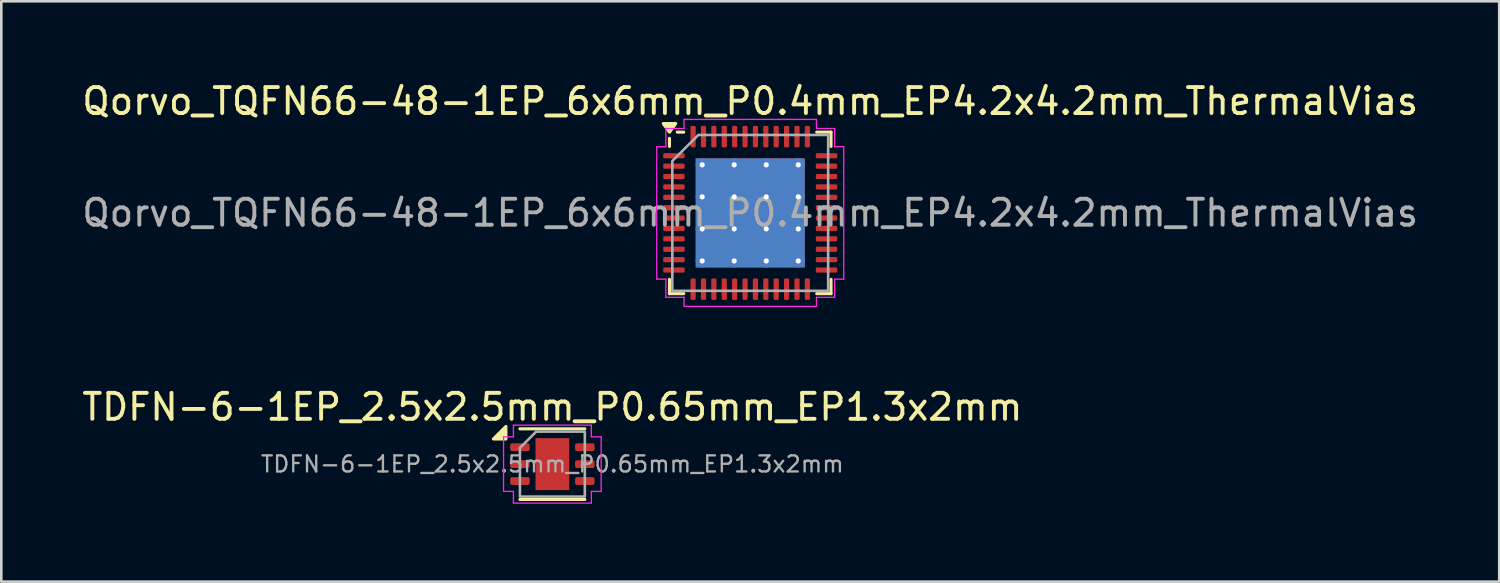
<source format=kicad_pcb>
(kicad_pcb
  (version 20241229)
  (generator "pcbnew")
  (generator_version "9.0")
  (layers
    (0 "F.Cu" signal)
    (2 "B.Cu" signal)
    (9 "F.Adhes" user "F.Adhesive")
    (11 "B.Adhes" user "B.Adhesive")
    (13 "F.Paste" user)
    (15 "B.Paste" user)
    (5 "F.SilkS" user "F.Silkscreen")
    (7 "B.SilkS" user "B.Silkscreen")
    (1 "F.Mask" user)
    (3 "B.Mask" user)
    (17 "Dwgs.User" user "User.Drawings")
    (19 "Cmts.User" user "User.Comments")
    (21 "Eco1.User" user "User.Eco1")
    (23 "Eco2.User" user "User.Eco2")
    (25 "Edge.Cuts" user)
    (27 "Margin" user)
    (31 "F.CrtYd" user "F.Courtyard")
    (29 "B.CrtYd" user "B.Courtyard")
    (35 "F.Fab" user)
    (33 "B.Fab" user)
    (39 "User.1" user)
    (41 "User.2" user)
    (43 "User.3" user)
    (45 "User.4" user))
  (footprint "Qorvo_TQFN66-48-1EP_6x6mm_P0.4mm_EP4.2x4.2mm_ThermalVias"
    (layer "F.Cu")
    (at 25.839 5.148)
    (property "Reference" "Qorvo_TQFN66-48-1EP_6x6mm_P0.4mm_EP4.2x4.2mm_ThermalVias" (at 0 -4.3 0) (layer "F.SilkS") (effects (font (size 1 1) (thickness 0.15))))
    (attr smd)
    (fp_line (start -3.11 -2.56) (end -3.11 -2.87) (stroke (width 0.12) (type solid)) (layer "F.SilkS"))
    (fp_line (start -3.11 3.11) (end -3.11 2.56) (stroke (width 0.12) (type solid)) (layer "F.SilkS"))
    (fp_line (start -2.56 -3.11) (end -2.81 -3.11) (stroke (width 0.12) (type solid)) (layer "F.SilkS"))
    (fp_line (start -2.56 3.11) (end -3.11 3.11) (stroke (width 0.12) (type solid)) (layer "F.SilkS"))
    (fp_line (start 2.56 -3.11) (end 3.11 -3.11) (stroke (width 0.12) (type solid)) (layer "F.SilkS"))
    (fp_line (start 2.56 3.11) (end 3.11 3.11) (stroke (width 0.12) (type solid)) (layer "F.SilkS"))
    (fp_line (start 3.11 -3.11) (end 3.11 -2.56) (stroke (width 0.12) (type solid)) (layer "F.SilkS"))
    (fp_line (start 3.11 3.11) (end 3.11 2.56) (stroke (width 0.12) (type solid)) (layer "F.SilkS"))
    (fp_poly (pts (xy -3.11 -3.11) (xy -3.35 -3.44) (xy -2.87 -3.44)) (stroke (width 0.12) (type solid)) (fill yes) (layer "F.SilkS"))
    (fp_line (start -3.6 -2.55) (end -3.25 -2.55) (stroke (width 0.05) (type solid)) (layer "F.CrtYd"))
    (fp_line (start -3.6 2.55) (end -3.6 -2.55) (stroke (width 0.05) (type solid)) (layer "F.CrtYd"))
    (fp_line (start -3.25 -3.25) (end -2.55 -3.25) (stroke (width 0.05) (type solid)) (layer "F.CrtYd"))
    (fp_line (start -3.25 -2.55) (end -3.25 -3.25) (stroke (width 0.05) (type solid)) (layer "F.CrtYd"))
    (fp_line (start -3.25 2.55) (end -3.6 2.55) (stroke (width 0.05) (type solid)) (layer "F.CrtYd"))
    (fp_line (start -3.25 3.25) (end -3.25 2.55) (stroke (width 0.05) (type solid)) (layer "F.CrtYd"))
    (fp_line (start -2.55 -3.6) (end 2.55 -3.6) (stroke (width 0.05) (type solid)) (layer "F.CrtYd"))
    (fp_line (start -2.55 -3.25) (end -2.55 -3.6) (stroke (width 0.05) (type solid)) (layer "F.CrtYd"))
    (fp_line (start -2.55 3.25) (end -3.25 3.25) (stroke (width 0.05) (type solid)) (layer "F.CrtYd"))
    (fp_line (start -2.55 3.6) (end -2.55 3.25) (stroke (width 0.05) (type solid)) (layer "F.CrtYd"))
    (fp_line (start 2.55 -3.6) (end 2.55 -3.25) (stroke (width 0.05) (type solid)) (layer "F.CrtYd"))
    (fp_line (start 2.55 -3.25) (end 3.25 -3.25) (stroke (width 0.05) (type solid)) (layer "F.CrtYd"))
    (fp_line (start 2.55 3.25) (end 2.55 3.6) (stroke (width 0.05) (type solid)) (layer "F.CrtYd"))
    (fp_line (start 2.55 3.6) (end -2.55 3.6) (stroke (width 0.05) (type solid)) (layer "F.CrtYd"))
    (fp_line (start 3.25 -3.25) (end 3.25 -2.55) (stroke (width 0.05) (type solid)) (layer "F.CrtYd"))
    (fp_line (start 3.25 -2.55) (end 3.6 -2.55) (stroke (width 0.05) (type solid)) (layer "F.CrtYd"))
    (fp_line (start 3.25 2.55) (end 3.25 3.25) (stroke (width 0.05) (type solid)) (layer "F.CrtYd"))
    (fp_line (start 3.25 3.25) (end 2.55 3.25) (stroke (width 0.05) (type solid)) (layer "F.CrtYd"))
    (fp_line (start 3.6 -2.55) (end 3.6 2.55) (stroke (width 0.05) (type solid)) (layer "F.CrtYd"))
    (fp_line (start 3.6 2.55) (end 3.25 2.55) (stroke (width 0.05) (type solid)) (layer "F.CrtYd"))
    (fp_poly (pts (xy -3 -2) (xy -3 3) (xy 3 3) (xy 3 -3) (xy -2 -3)) (stroke (width 0.1) (type solid)) (fill no) (layer "F.Fab"))
    (fp_text user "${REFERENCE}" (at 0 0 0) (layer "F.Fab") (effects (font (size 1 1) (thickness 0.15))))
    (pad "" smd roundrect (at -1.4 -1.4) (size 1.08 1.08) (layers "F.Paste") (roundrect_rratio 0.231))
    (pad "" smd roundrect (at -1.4 0) (size 1.08 1.08) (layers "F.Paste") (roundrect_rratio 0.231))
    (pad "" smd roundrect (at -1.4 1.4) (size 1.08 1.08) (layers "F.Paste") (roundrect_rratio 0.231))
    (pad "" smd roundrect (at 0 -1.4) (size 1.08 1.08) (layers "F.Paste") (roundrect_rratio 0.231))
    (pad "" smd roundrect (at 0 0) (size 1.08 1.08) (layers "F.Paste") (roundrect_rratio 0.231))
    (pad "" smd roundrect (at 0 1.4) (size 1.08 1.08) (layers "F.Paste") (roundrect_rratio 0.231))
    (pad "" smd roundrect (at 1.4 -1.4) (size 1.08 1.08) (layers "F.Paste") (roundrect_rratio 0.231))
    (pad "" smd roundrect (at 1.4 0) (size 1.08 1.08) (layers "F.Paste") (roundrect_rratio 0.231))
    (pad "" smd roundrect (at 1.4 1.4) (size 1.08 1.08) (layers "F.Paste") (roundrect_rratio 0.231))
    (pad "1" smd roundrect (at -2.938 -2.2) (size 0.825 0.2) (layers "F.Cu" "F.Mask" "F.Paste") (roundrect_rratio 0.25))
    (pad "2" smd roundrect (at -2.938 -1.8) (size 0.825 0.2) (layers "F.Cu" "F.Mask" "F.Paste") (roundrect_rratio 0.25))
    (pad "3" smd roundrect (at -2.938 -1.4) (size 0.825 0.2) (layers "F.Cu" "F.Mask" "F.Paste") (roundrect_rratio 0.25))
    (pad "4" smd roundrect (at -2.938 -1) (size 0.825 0.2) (layers "F.Cu" "F.Mask" "F.Paste") (roundrect_rratio 0.25))
    (pad "5" smd roundrect (at -2.938 -0.6) (size 0.825 0.2) (layers "F.Cu" "F.Mask" "F.Paste") (roundrect_rratio 0.25))
    (pad "6" smd roundrect (at -2.938 -0.2) (size 0.825 0.2) (layers "F.Cu" "F.Mask" "F.Paste") (roundrect_rratio 0.25))
    (pad "7" smd roundrect (at -2.938 0.2) (size 0.825 0.2) (layers "F.Cu" "F.Mask" "F.Paste") (roundrect_rratio 0.25))
    (pad "8" smd roundrect (at -2.938 0.6) (size 0.825 0.2) (layers "F.Cu" "F.Mask" "F.Paste") (roundrect_rratio 0.25))
    (pad "9" smd roundrect (at -2.938 1) (size 0.825 0.2) (layers "F.Cu" "F.Mask" "F.Paste") (roundrect_rratio 0.25))
    (pad "10" smd roundrect (at -2.938 1.4) (size 0.825 0.2) (layers "F.Cu" "F.Mask" "F.Paste") (roundrect_rratio 0.25))
    (pad "11" smd roundrect (at -2.938 1.8) (size 0.825 0.2) (layers "F.Cu" "F.Mask" "F.Paste") (roundrect_rratio 0.25))
    (pad "12" smd roundrect (at -2.938 2.2) (size 0.825 0.2) (layers "F.Cu" "F.Mask" "F.Paste") (roundrect_rratio 0.25))
    (pad "13" smd roundrect (at -2.2 2.938) (size 0.2 0.825) (layers "F.Cu" "F.Mask" "F.Paste") (roundrect_rratio 0.25))
    (pad "14" smd roundrect (at -1.8 2.938) (size 0.2 0.825) (layers "F.Cu" "F.Mask" "F.Paste") (roundrect_rratio 0.25))
    (pad "15" smd roundrect (at -1.4 2.938) (size 0.2 0.825) (layers "F.Cu" "F.Mask" "F.Paste") (roundrect_rratio 0.25))
    (pad "16" smd roundrect (at -1 2.938) (size 0.2 0.825) (layers "F.Cu" "F.Mask" "F.Paste") (roundrect_rratio 0.25))
    (pad "17" smd roundrect (at -0.6 2.938) (size 0.2 0.825) (layers "F.Cu" "F.Mask" "F.Paste") (roundrect_rratio 0.25))
    (pad "18" smd roundrect (at -0.2 2.938) (size 0.2 0.825) (layers "F.Cu" "F.Mask" "F.Paste") (roundrect_rratio 0.25))
    (pad "19" smd roundrect (at 0.2 2.938) (size 0.2 0.825) (layers "F.Cu" "F.Mask" "F.Paste") (roundrect_rratio 0.25))
    (pad "20" smd roundrect (at 0.6 2.938) (size 0.2 0.825) (layers "F.Cu" "F.Mask" "F.Paste") (roundrect_rratio 0.25))
    (pad "21" smd roundrect (at 1 2.938) (size 0.2 0.825) (layers "F.Cu" "F.Mask" "F.Paste") (roundrect_rratio 0.25))
    (pad "22" smd roundrect (at 1.4 2.938) (size 0.2 0.825) (layers "F.Cu" "F.Mask" "F.Paste") (roundrect_rratio 0.25))
    (pad "23" smd roundrect (at 1.8 2.938) (size 0.2 0.825) (layers "F.Cu" "F.Mask" "F.Paste") (roundrect_rratio 0.25))
    (pad "24" smd roundrect (at 2.2 2.938) (size 0.2 0.825) (layers "F.Cu" "F.Mask" "F.Paste") (roundrect_rratio 0.25))
    (pad "25" smd roundrect (at 2.938 2.2) (size 0.825 0.2) (layers "F.Cu" "F.Mask" "F.Paste") (roundrect_rratio 0.25))
    (pad "26" smd roundrect (at 2.938 1.8) (size 0.825 0.2) (layers "F.Cu" "F.Mask" "F.Paste") (roundrect_rratio 0.25))
    (pad "27" smd roundrect (at 2.938 1.4) (size 0.825 0.2) (layers "F.Cu" "F.Mask" "F.Paste") (roundrect_rratio 0.25))
    (pad "28" smd roundrect (at 2.938 1) (size 0.825 0.2) (layers "F.Cu" "F.Mask" "F.Paste") (roundrect_rratio 0.25))
    (pad "29" smd roundrect (at 2.938 0.6) (size 0.825 0.2) (layers "F.Cu" "F.Mask" "F.Paste") (roundrect_rratio 0.25))
    (pad "30" smd roundrect (at 2.938 0.2) (size 0.825 0.2) (layers "F.Cu" "F.Mask" "F.Paste") (roundrect_rratio 0.25))
    (pad "31" smd roundrect (at 2.938 -0.2) (size 0.825 0.2) (layers "F.Cu" "F.Mask" "F.Paste") (roundrect_rratio 0.25))
    (pad "32" smd roundrect (at 2.938 -0.6) (size 0.825 0.2) (layers "F.Cu" "F.Mask" "F.Paste") (roundrect_rratio 0.25))
    (pad "33" smd roundrect (at 2.938 -1) (size 0.825 0.2) (layers "F.Cu" "F.Mask" "F.Paste") (roundrect_rratio 0.25))
    (pad "34" smd roundrect (at 2.938 -1.4) (size 0.825 0.2) (layers "F.Cu" "F.Mask" "F.Paste") (roundrect_rratio 0.25))
    (pad "35" smd roundrect (at 2.938 -1.8) (size 0.825 0.2) (layers "F.Cu" "F.Mask" "F.Paste") (roundrect_rratio 0.25))
    (pad "36" smd roundrect (at 2.938 -2.2) (size 0.825 0.2) (layers "F.Cu" "F.Mask" "F.Paste") (roundrect_rratio 0.25))
    (pad "37" smd roundrect (at 2.2 -2.938) (size 0.2 0.825) (layers "F.Cu" "F.Mask" "F.Paste") (roundrect_rratio 0.25))
    (pad "38" smd roundrect (at 1.8 -2.938) (size 0.2 0.825) (layers "F.Cu" "F.Mask" "F.Paste") (roundrect_rratio 0.25))
    (pad "39" smd roundrect (at 1.4 -2.938) (size 0.2 0.825) (layers "F.Cu" "F.Mask" "F.Paste") (roundrect_rratio 0.25))
    (pad "40" smd roundrect (at 1 -2.938) (size 0.2 0.825) (layers "F.Cu" "F.Mask" "F.Paste") (roundrect_rratio 0.25))
    (pad "41" smd roundrect (at 0.6 -2.938) (size 0.2 0.825) (layers "F.Cu" "F.Mask" "F.Paste") (roundrect_rratio 0.25))
    (pad "42" smd roundrect (at 0.2 -2.938) (size 0.2 0.825) (layers "F.Cu" "F.Mask" "F.Paste") (roundrect_rratio 0.25))
    (pad "43" smd roundrect (at -0.2 -2.938) (size 0.2 0.825) (layers "F.Cu" "F.Mask" "F.Paste") (roundrect_rratio 0.25))
    (pad "44" smd roundrect (at -0.6 -2.938) (size 0.2 0.825) (layers "F.Cu" "F.Mask" "F.Paste") (roundrect_rratio 0.25))
    (pad "45" smd roundrect (at -1 -2.938) (size 0.2 0.825) (layers "F.Cu" "F.Mask" "F.Paste") (roundrect_rratio 0.25))
    (pad "46" smd roundrect (at -1.4 -2.938) (size 0.2 0.825) (layers "F.Cu" "F.Mask" "F.Paste") (roundrect_rratio 0.25))
    (pad "47" smd roundrect (at -1.8 -2.938) (size 0.2 0.825) (layers "F.Cu" "F.Mask" "F.Paste") (roundrect_rratio 0.25))
    (pad "48" smd roundrect (at -2.2 -2.938) (size 0.2 0.825) (layers "F.Cu" "F.Mask" "F.Paste") (roundrect_rratio 0.25))
    (pad "49" thru_hole circle (at -1.85 -1.85) (size 0.5 0.5) (drill 0.2) (property pad_prop_heatsink) (layers "*.Cu"))
    (pad "49" thru_hole circle (at -1.85 -0.617) (size 0.5 0.5) (drill 0.2) (property pad_prop_heatsink) (layers "*.Cu"))
    (pad "49" thru_hole circle (at -1.85 0.617) (size 0.5 0.5) (drill 0.2) (property pad_prop_heatsink) (layers "*.Cu"))
    (pad "49" thru_hole circle (at -1.85 1.85) (size 0.5 0.5) (drill 0.2) (property pad_prop_heatsink) (layers "*.Cu"))
    (pad "49" thru_hole circle (at -0.617 -1.85) (size 0.5 0.5) (drill 0.2) (property pad_prop_heatsink) (layers "*.Cu"))
    (pad "49" thru_hole circle (at -0.617 -0.617) (size 0.5 0.5) (drill 0.2) (property pad_prop_heatsink) (layers "*.Cu"))
    (pad "49" thru_hole circle (at -0.617 0.617) (size 0.5 0.5) (drill 0.2) (property pad_prop_heatsink) (layers "*.Cu"))
    (pad "49" thru_hole circle (at -0.617 1.85) (size 0.5 0.5) (drill 0.2) (property pad_prop_heatsink) (layers "*.Cu"))
    (pad "49" smd rect (at 0 0) (size 4.2 4.2) (property pad_prop_heatsink) (layers "F.Cu" "F.Mask"))
    (pad "49" smd rect (at 0 0) (size 4.2 4.2) (property pad_prop_heatsink) (layers "B.Cu"))
    (pad "49" thru_hole circle (at 0.617 -1.85) (size 0.5 0.5) (drill 0.2) (property pad_prop_heatsink) (layers "*.Cu"))
    (pad "49" thru_hole circle (at 0.617 -0.617) (size 0.5 0.5) (drill 0.2) (property pad_prop_heatsink) (layers "*.Cu"))
    (pad "49" thru_hole circle (at 0.617 0.617) (size 0.5 0.5) (drill 0.2) (property pad_prop_heatsink) (layers "*.Cu"))
    (pad "49" thru_hole circle (at 0.617 1.85) (size 0.5 0.5) (drill 0.2) (property pad_prop_heatsink) (layers "*.Cu"))
    (pad "49" thru_hole circle (at 1.85 -1.85) (size 0.5 0.5) (drill 0.2) (property pad_prop_heatsink) (layers "*.Cu"))
    (pad "49" thru_hole circle (at 1.85 -0.617) (size 0.5 0.5) (drill 0.2) (property pad_prop_heatsink) (layers "*.Cu"))
    (pad "49" thru_hole circle (at 1.85 0.617) (size 0.5 0.5) (drill 0.2) (property pad_prop_heatsink) (layers "*.Cu"))
    (pad "49" thru_hole circle (at 1.85 1.85) (size 0.5 0.5) (drill 0.2) (property pad_prop_heatsink) (layers "*.Cu")))
  (footprint "TDFN-6-1EP_2.5x2.5mm_P0.65mm_EP1.3x2mm"
    (layer "F.Cu")
    (at 18.22 14.822)
    (property "Reference" "TDFN-6-1EP_2.5x2.5mm_P0.65mm_EP1.3x2mm" (at 0 -2.2 0) (layer "F.SilkS") (effects (font (size 1 1) (thickness 0.15))))
    (attr smd)
    (fp_line (start -1.25 -1.36) (end 1.25 -1.36) (stroke (width 0.12) (type solid)) (layer "F.SilkS"))
    (fp_line (start -1.25 1.36) (end 1.25 1.36) (stroke (width 0.12) (type solid)) (layer "F.SilkS"))
    (fp_poly (pts (xy -1.79 -0.97) (xy -2.27 -0.97) (xy -1.79 -1.45)) (stroke (width 0.12) (type solid)) (fill yes) (layer "F.SilkS"))
    (fp_line (start -1.88 -1.05) (end -1.5 -1.05) (stroke (width 0.05) (type solid)) (layer "F.CrtYd"))
    (fp_line (start -1.88 1.05) (end -1.88 -1.05) (stroke (width 0.05) (type solid)) (layer "F.CrtYd"))
    (fp_line (start -1.5 -1.5) (end 1.5 -1.5) (stroke (width 0.05) (type solid)) (layer "F.CrtYd"))
    (fp_line (start -1.5 -1.05) (end -1.5 -1.5) (stroke (width 0.05) (type solid)) (layer "F.CrtYd"))
    (fp_line (start -1.5 1.05) (end -1.88 1.05) (stroke (width 0.05) (type solid)) (layer "F.CrtYd"))
    (fp_line (start -1.5 1.5) (end -1.5 1.05) (stroke (width 0.05) (type solid)) (layer "F.CrtYd"))
    (fp_line (start 1.5 -1.5) (end 1.5 -1.05) (stroke (width 0.05) (type solid)) (layer "F.CrtYd"))
    (fp_line (start 1.5 -1.05) (end 1.88 -1.05) (stroke (width 0.05) (type solid)) (layer "F.CrtYd"))
    (fp_line (start 1.5 1.05) (end 1.5 1.5) (stroke (width 0.05) (type solid)) (layer "F.CrtYd"))
    (fp_line (start 1.5 1.5) (end -1.5 1.5) (stroke (width 0.05) (type solid)) (layer "F.CrtYd"))
    (fp_line (start 1.88 -1.05) (end 1.88 1.05) (stroke (width 0.05) (type solid)) (layer "F.CrtYd"))
    (fp_line (start 1.88 1.05) (end 1.5 1.05) (stroke (width 0.05) (type solid)) (layer "F.CrtYd"))
    (fp_poly (pts (xy -1.25 -0.625) (xy -1.25 1.25) (xy 1.25 1.25) (xy 1.25 -1.25) (xy -0.625 -1.25)) (stroke (width 0.1) (type solid)) (fill no) (layer "F.Fab"))
    (fp_text user "${REFERENCE}" (at 0 0 0) (layer "F.Fab") (effects (font (size 0.62 0.62) (thickness 0.09))))
    (pad "" smd roundrect (at -0.325 -0.5) (size 0.52 0.81) (layers "F.Paste") (roundrect_rratio 0.25))
    (pad "" smd roundrect (at -0.325 0.5) (size 0.52 0.81) (layers "F.Paste") (roundrect_rratio 0.25))
    (pad "" smd roundrect (at 0.325 -0.5) (size 0.52 0.81) (layers "F.Paste") (roundrect_rratio 0.25))
    (pad "" smd roundrect (at 0.325 0.5) (size 0.52 0.81) (layers "F.Paste") (roundrect_rratio 0.25))
    (pad "1" smd roundrect (at -1.25 -0.65) (size 0.75 0.3) (layers "F.Cu" "F.Mask" "F.Paste") (roundrect_rratio 0.25))
    (pad "2" smd roundrect (at -1.25 0) (size 0.75 0.3) (layers "F.Cu" "F.Mask" "F.Paste") (roundrect_rratio 0.25))
    (pad "3" smd roundrect (at -1.25 0.65) (size 0.75 0.3) (layers "F.Cu" "F.Mask" "F.Paste") (roundrect_rratio 0.25))
    (pad "4" smd roundrect (at 1.25 0.65) (size 0.75 0.3) (layers "F.Cu" "F.Mask" "F.Paste") (roundrect_rratio 0.25))
    (pad "5" smd roundrect (at 1.25 0) (size 0.75 0.3) (layers "F.Cu" "F.Mask" "F.Paste") (roundrect_rratio 0.25))
    (pad "6" smd roundrect (at 1.25 -0.65) (size 0.75 0.3) (layers "F.Cu" "F.Mask" "F.Paste") (roundrect_rratio 0.25))
    (pad "7" smd rect (at 0 0) (size 1.3 2) (property pad_prop_heatsink) (layers "F.Cu" "F.Mask")))
  (gr_rect
    (start -3 -3)
    (end 54.679 19.346)
    (stroke (width 0.1) (type default))
    (fill no)
    (layer "Edge.Cuts")))
</source>
